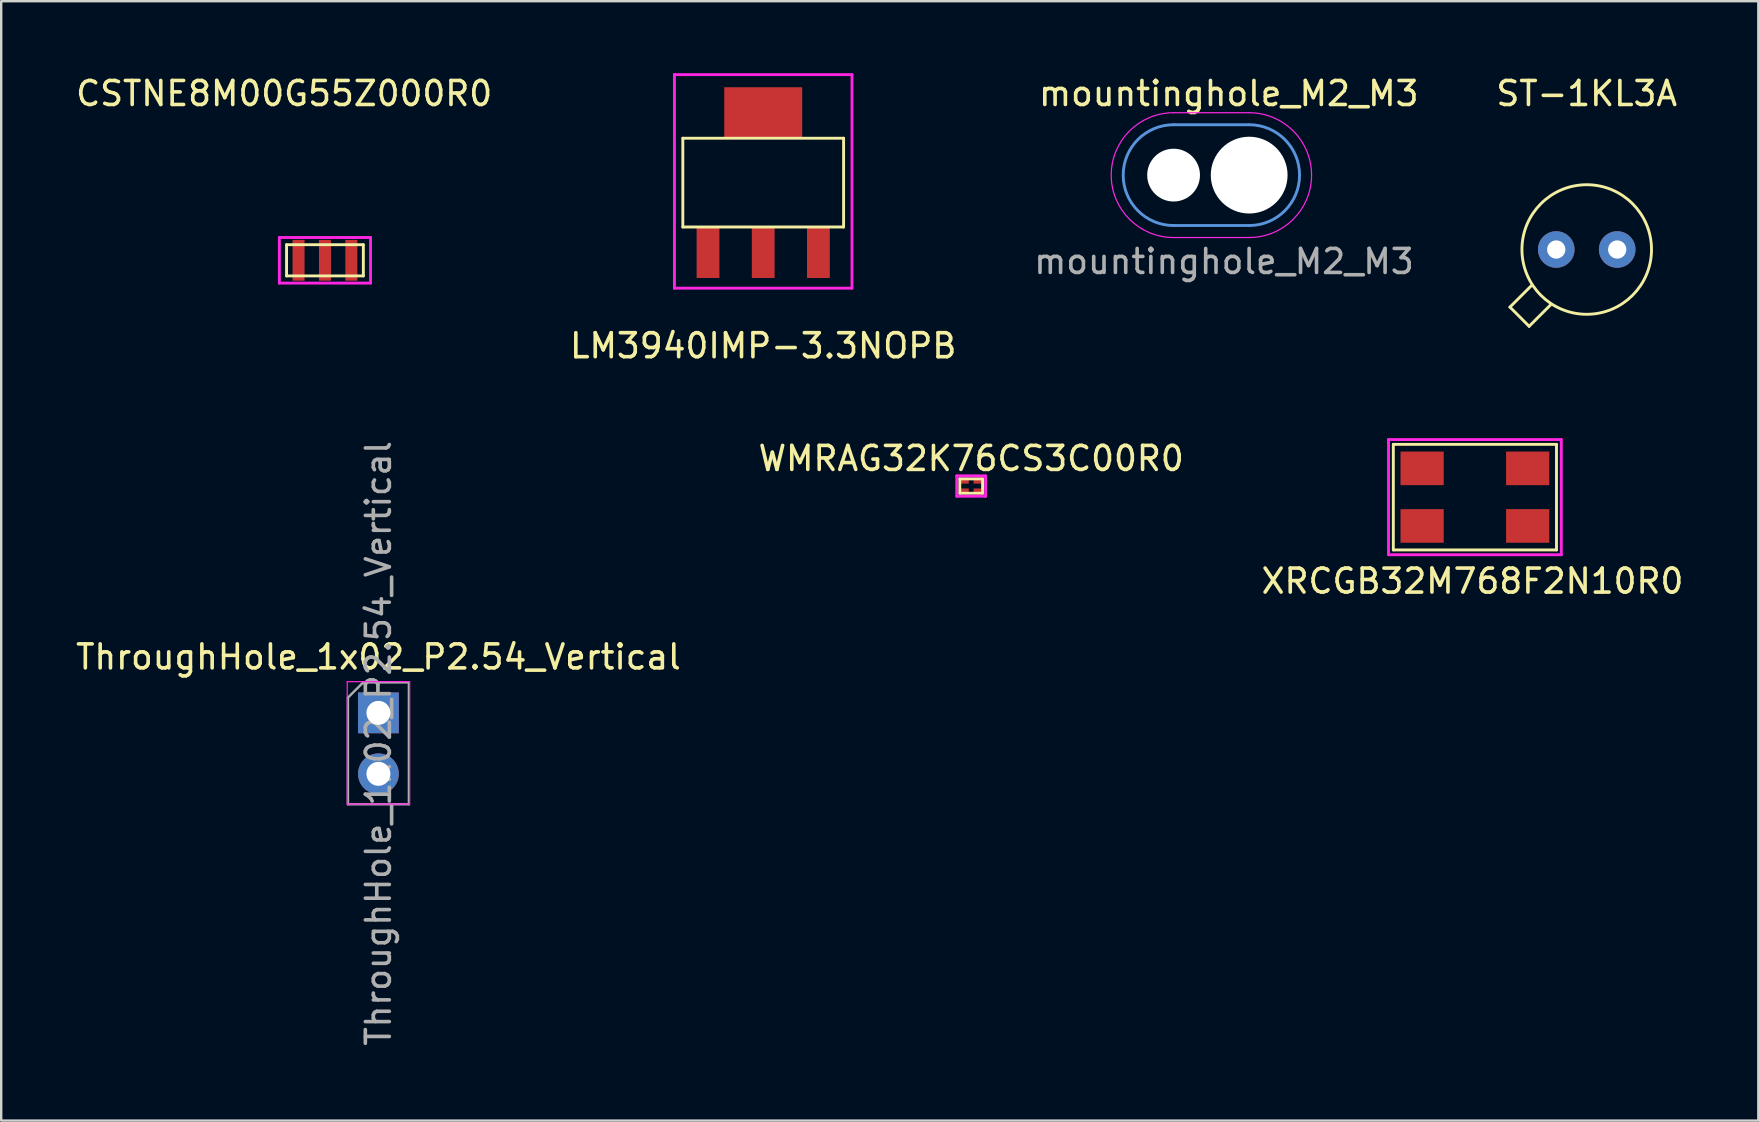
<source format=kicad_pcb>
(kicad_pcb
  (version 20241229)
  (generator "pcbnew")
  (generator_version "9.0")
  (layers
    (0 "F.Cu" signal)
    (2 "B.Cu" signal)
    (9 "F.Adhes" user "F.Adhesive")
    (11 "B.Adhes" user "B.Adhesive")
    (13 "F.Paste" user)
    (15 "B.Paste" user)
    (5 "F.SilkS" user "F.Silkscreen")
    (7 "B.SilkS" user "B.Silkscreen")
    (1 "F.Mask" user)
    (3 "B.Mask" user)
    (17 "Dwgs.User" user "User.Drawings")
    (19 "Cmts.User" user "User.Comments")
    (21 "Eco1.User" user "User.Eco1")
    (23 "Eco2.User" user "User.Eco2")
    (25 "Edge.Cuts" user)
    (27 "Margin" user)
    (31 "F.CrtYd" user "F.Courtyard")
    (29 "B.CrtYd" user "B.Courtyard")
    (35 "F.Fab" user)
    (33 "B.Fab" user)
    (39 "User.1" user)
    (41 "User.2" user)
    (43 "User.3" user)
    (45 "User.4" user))
  (footprint "ThroughHole_1x02_P2.54_Vertical"
    (layer "F.Cu")
    (at 12.72 26.658)
    (property "Reference" "ThroughHole_1x02_P2.54_Vertical" (at 0 -2.33 0) (layer "F.SilkS") (effects (font (size 1 1) (thickness 0.15))))
    (attr through_hole)
    (fp_line (start -1.3 -1.3) (end -1.3 3.8) (stroke (width 0.05) (type solid)) (layer "F.CrtYd"))
    (fp_line (start -1.3 3.8) (end 1.3 3.8) (stroke (width 0.05) (type solid)) (layer "F.CrtYd"))
    (fp_line (start 1.3 -1.3) (end -1.3 -1.3) (stroke (width 0.05) (type solid)) (layer "F.CrtYd"))
    (fp_line (start 1.3 3.8) (end 1.3 -1.3) (stroke (width 0.05) (type solid)) (layer "F.CrtYd"))
    (fp_line (start -1.27 -0.635) (end -0.635 -1.27) (stroke (width 0.1) (type solid)) (layer "F.Fab"))
    (fp_line (start -1.27 3.81) (end -1.27 -0.635) (stroke (width 0.1) (type solid)) (layer "F.Fab"))
    (fp_line (start -0.635 -1.27) (end 1.27 -1.27) (stroke (width 0.1) (type solid)) (layer "F.Fab"))
    (fp_line (start 1.27 -1.27) (end 1.27 3.81) (stroke (width 0.1) (type solid)) (layer "F.Fab"))
    (fp_line (start 1.27 3.81) (end -1.27 3.81) (stroke (width 0.1) (type solid)) (layer "F.Fab"))
    (fp_text user "${REFERENCE}" (at 0 1.27 90) (layer "F.Fab") (effects (font (size 1 1) (thickness 0.15))))
    (pad "1" thru_hole rect (at 0 0) (size 1.7 1.7) (drill 1) (layers "*.Cu" "*.Mask"))
    (pad "2" thru_hole oval (at 0 2.54) (size 1.7 1.7) (drill 1) (layers "*.Cu" "*.Mask")))
  (footprint "CSTNE8M00G55Z000R0"
    (layer "F.Cu")
    (at 8.892 8.448)
    (property "Reference" "CSTNE8M00G55Z000R0" (at -0.1 -7.6 0) (layer "F.SilkS") (effects (font (size 1 1) (thickness 0.15))))
    (attr through_hole)
    (fp_line (start 0 -1.3) (end 3.2 -1.3) (stroke (width 0.12) (type solid)) (layer "F.SilkS"))
    (fp_line (start 0 0) (end 0 -1.3) (stroke (width 0.12) (type solid)) (layer "F.SilkS"))
    (fp_line (start 3.2 -1.3) (end 3.2 0) (stroke (width 0.12) (type solid)) (layer "F.SilkS"))
    (fp_line (start 3.2 0) (end 0 0) (stroke (width 0.12) (type solid)) (layer "F.SilkS"))
    (fp_line (start -0.3 -1.6) (end 3.5 -1.6) (stroke (width 0.12) (type solid)) (layer "F.CrtYd"))
    (fp_line (start -0.3 0.3) (end -0.3 -1.6) (stroke (width 0.12) (type solid)) (layer "F.CrtYd"))
    (fp_line (start 3.5 -1.6) (end 3.5 0.3) (stroke (width 0.12) (type solid)) (layer "F.CrtYd"))
    (fp_line (start 3.5 0.3) (end -0.3 0.3) (stroke (width 0.12) (type solid)) (layer "F.CrtYd"))
    (pad "1" smd rect (at 0.5 -0.65) (size 0.5 1.7) (layers "F.Cu" "F.Mask" "F.Paste"))
    (pad "2" smd rect (at 1.6 -0.65) (size 0.5 1.7) (layers "F.Cu" "F.Mask" "F.Paste"))
    (pad "3" smd rect (at 2.7 -0.65) (size 0.5 1.7) (layers "F.Cu" "F.Mask" "F.Paste")))
  (footprint "LM3940IMP-3.3NOPB"
    (layer "F.Cu")
    (at 28.756 4.56)
    (property "Reference" "LM3940IMP-3.3NOPB" (at 0 6.8 0) (layer "F.SilkS") (effects (font (size 1 1) (thickness 0.15))))
    (attr through_hole)
    (fp_line (start -3.35 -1.85) (end 3.35 -1.85) (stroke (width 0.12) (type solid)) (layer "F.SilkS"))
    (fp_line (start -3.35 1.85) (end -3.35 -1.85) (stroke (width 0.12) (type solid)) (layer "F.SilkS"))
    (fp_line (start 3.35 -1.85) (end 3.35 1.85) (stroke (width 0.12) (type solid)) (layer "F.SilkS"))
    (fp_line (start 3.35 1.85) (end -3.35 1.85) (stroke (width 0.12) (type solid)) (layer "F.SilkS"))
    (fp_line (start -3.7 -4.5) (end 3.7 -4.5) (stroke (width 0.12) (type solid)) (layer "F.CrtYd"))
    (fp_line (start -3.7 4.4) (end -3.7 -4.5) (stroke (width 0.12) (type solid)) (layer "F.CrtYd"))
    (fp_line (start 3.7 -4.5) (end 3.7 4.4) (stroke (width 0.12) (type solid)) (layer "F.CrtYd"))
    (fp_line (start 3.7 4.4) (end -3.7 4.4) (stroke (width 0.12) (type solid)) (layer "F.CrtYd"))
    (pad "1" smd rect (at -2.3 2.9) (size 0.95 2.15) (layers "F.Cu" "F.Mask" "F.Paste"))
    (pad "2" smd rect (at 0 2.9) (size 0.95 2.15) (layers "F.Cu" "F.Mask" "F.Paste"))
    (pad "3" smd rect (at 2.3 2.9) (size 0.95 2.15) (layers "F.Cu" "F.Mask" "F.Paste"))
    (pad "4" smd rect (at 0 -2.9) (size 3.25 2.15) (layers "F.Cu" "F.Mask" "F.Paste")))
  (footprint "ST-1KL3A"
    (layer "F.Cu")
    (at 63.075 7.348)
    (property "Reference" "ST-1KL3A" (at 0 -6.5 0) (layer "F.SilkS") (effects (font (size 1 1) (thickness 0.15))))
    (attr through_hole)
    (fp_line (start -3.2 2.4) (end -2.3 1.5) (stroke (width 0.12) (type solid)) (layer "F.SilkS"))
    (fp_line (start -2.4 3.2) (end -3.2 2.4) (stroke (width 0.12) (type solid)) (layer "F.SilkS"))
    (fp_line (start -1.5 2.3) (end -2.4 3.2) (stroke (width 0.12) (type solid)) (layer "F.SilkS"))
    (fp_circle (center 0 0) (end 2.7 0) (stroke (width 0.12) (type solid)) (fill no) (layer "F.SilkS"))
    (pad "1" thru_hole circle (at -1.27 0) (size 1.524 1.524) (drill 0.762) (layers "*.Cu" "*.Mask"))
    (pad "2" thru_hole circle (at 1.27 0) (size 1.524 1.524) (drill 0.762) (layers "*.Cu" "*.Mask")))
  (footprint "mountinghole_M2_M3"
    (layer "F.Cu")
    (at 48.958 4.348)
    (property "Reference" "mountinghole_M2_M3" (at -0.8 -3.5 0) (layer "F.SilkS") (effects (font (size 1 1) (thickness 0.15))))
    (attr through_hole)
    (fp_line (start 0.05 -2.2) (end -3.1 -2.2) (stroke (width 0.12) (type solid)) (layer "Cmts.User"))
    (fp_line (start 0.05 2) (end -3.1 2) (stroke (width 0.12) (type solid)) (layer "Cmts.User"))
    (fp_arc (start -3.1 2) (mid -5.2 -0.1) (end -3.1 -2.2) (stroke (width 0.12) (type solid)) (layer "Cmts.User"))
    (fp_arc (start 0.05 -2.2) (mid 2.15 -0.1) (end 0.05 2) (stroke (width 0.12) (type solid)) (layer "Cmts.User"))
    (fp_line (start 0.05 -2.7) (end -3.1 -2.7) (stroke (width 0.05) (type solid)) (layer "F.CrtYd"))
    (fp_line (start 0.05 2.5) (end -3.1 2.5) (stroke (width 0.05) (type solid)) (layer "F.CrtYd"))
    (fp_arc (start -3.1 2.5) (mid -5.7 -0.1) (end -3.1 -2.7) (stroke (width 0.05) (type solid)) (layer "F.CrtYd"))
    (fp_arc (start 0.05 -2.7) (mid 2.65 -0.1) (end 0.05 2.5) (stroke (width 0.05) (type solid)) (layer "F.CrtYd"))
    (fp_text user "${REFERENCE}" (at -1 3.5 0) (layer "F.Fab") (effects (font (size 1 1) (thickness 0.15))))
    (pad "" np_thru_hole circle (at -3.1 -0.1) (size 2.2 2.2) (drill 2.2) (layers "*.Cu" "*.Mask"))
    (pad "" np_thru_hole circle (at 0.05 -0.1) (size 3.2 3.2) (drill 3.2) (layers "*.Cu" "*.Mask")))
  (footprint "XRCGB32M768F2N10R0"
    (layer "F.Cu")
    (at 58.415 17.668)
    (property "Reference" "XRCGB32M768F2N10R0" (at -0.1 3.5 0) (layer "F.SilkS") (effects (font (size 1 1) (thickness 0.15))))
    (attr through_hole)
    (fp_line (start -3.4 -2.2) (end -3.4 2.2) (stroke (width 0.12) (type solid)) (layer "F.SilkS"))
    (fp_line (start -3.4 -2.2) (end 3.4 -2.2) (stroke (width 0.12) (type solid)) (layer "F.SilkS"))
    (fp_line (start 3.4 -2.2) (end 3.4 2.2) (stroke (width 0.12) (type solid)) (layer "F.SilkS"))
    (fp_line (start 3.4 2.2) (end -3.4 2.2) (stroke (width 0.12) (type solid)) (layer "F.SilkS"))
    (fp_line (start -3.6 -2.4) (end 3.6 -2.4) (stroke (width 0.12) (type solid)) (layer "F.CrtYd"))
    (fp_line (start -3.6 2.4) (end -3.6 -2.4) (stroke (width 0.12) (type solid)) (layer "F.CrtYd"))
    (fp_line (start 3.6 -2.4) (end 3.6 2.4) (stroke (width 0.12) (type solid)) (layer "F.CrtYd"))
    (fp_line (start 3.6 2.4) (end -3.6 2.4) (stroke (width 0.12) (type solid)) (layer "F.CrtYd"))
    (pad "1" smd rect (at -2.2 1.2) (size 1.8 1.4) (layers "F.Cu" "F.Mask" "F.Paste"))
    (pad "2" smd rect (at 2.2 1.2) (size 1.8 1.4) (layers "F.Cu" "F.Mask" "F.Paste"))
    (pad "3" smd rect (at 2.2 -1.2) (size 1.8 1.4) (layers "F.Cu" "F.Mask" "F.Paste"))
    (pad "4" smd rect (at -2.2 -1.2) (size 1.8 1.4) (layers "F.Cu" "F.Mask" "F.Paste")))
  (footprint "WMRAG32K76CS3C00R0"
    (layer "F.Cu")
    (at 37.423 17.206)
    (property "Reference" "WMRAG32K76CS3C00R0" (at 0 -1.15 0) (layer "F.SilkS") (effects (font (size 1 1) (thickness 0.15))))
    (attr through_hole)
    (fp_line (start -0.475 -0.3) (end 0.475 -0.3) (stroke (width 0.12) (type solid)) (layer "F.SilkS"))
    (fp_line (start -0.475 0.3) (end -0.475 -0.3) (stroke (width 0.12) (type solid)) (layer "F.SilkS"))
    (fp_line (start 0.475 -0.3) (end 0.475 0.3) (stroke (width 0.12) (type solid)) (layer "F.SilkS"))
    (fp_line (start 0.475 0.3) (end -0.475 0.3) (stroke (width 0.12) (type solid)) (layer "F.SilkS"))
    (fp_line (start -0.6 -0.425) (end 0.6 -0.425) (stroke (width 0.12) (type solid)) (layer "F.CrtYd"))
    (fp_line (start -0.6 0.425) (end -0.6 -0.425) (stroke (width 0.12) (type solid)) (layer "F.CrtYd"))
    (fp_line (start 0.6 -0.425) (end 0.6 0.425) (stroke (width 0.12) (type solid)) (layer "F.CrtYd"))
    (fp_line (start 0.6 0.425) (end -0.6 0.425) (stroke (width 0.12) (type solid)) (layer "F.CrtYd"))
    (pad "1" smd rect (at -0.3 0.225) (size 0.4 0.25) (layers "F.Cu" "F.Mask" "F.Paste"))
    (pad "2" smd rect (at 0.3 0.225) (size 0.4 0.25) (layers "F.Cu" "F.Mask" "F.Paste"))
    (pad "3" smd rect (at 0.3 -0.225) (size 0.4 0.25) (layers "F.Cu" "F.Mask" "F.Paste"))
    (pad "4" smd rect (at -0.3 -0.225) (size 0.4 0.25) (layers "F.Cu" "F.Mask" "F.Paste")))
  (gr_rect
    (start -3 -3)
    (end 70.226 43.649)
    (stroke (width 0.1) (type default))
    (fill no)
    (layer "Edge.Cuts")))
</source>
